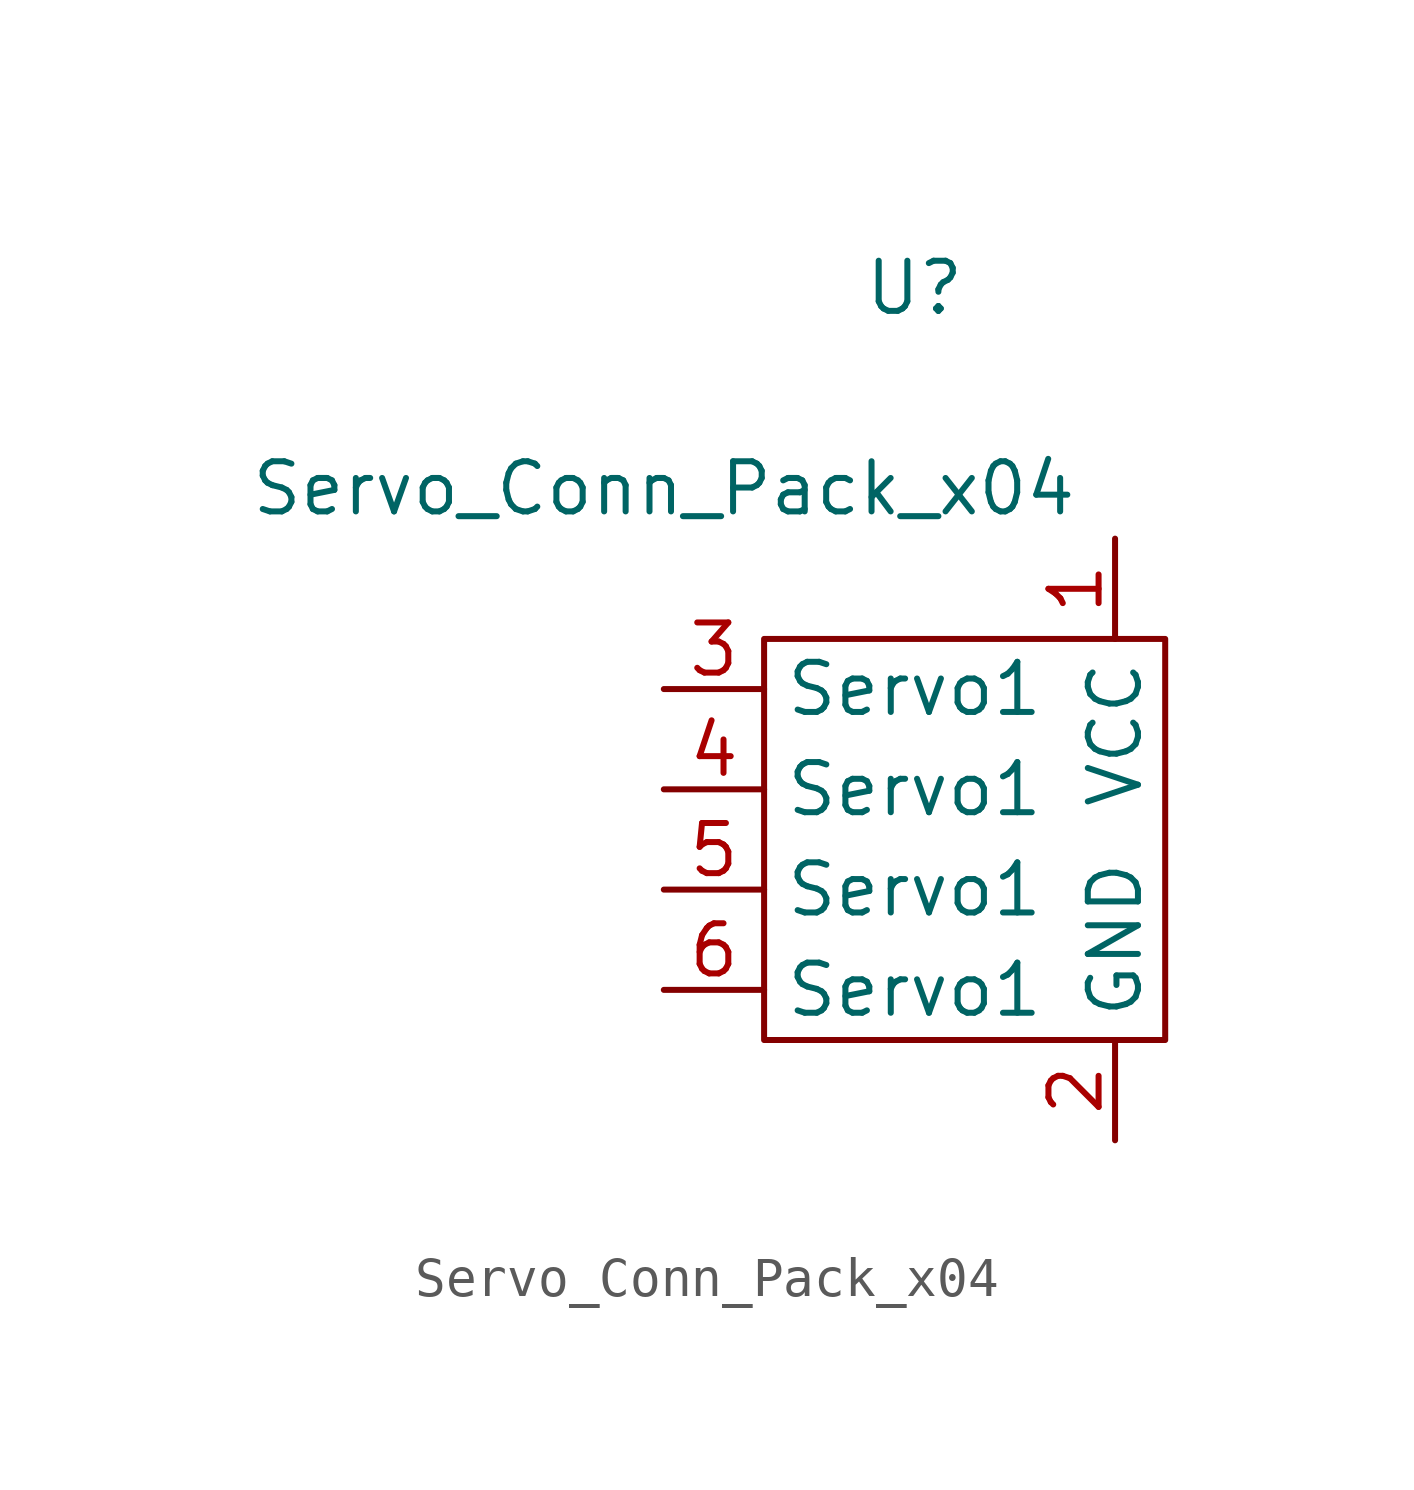
<source format=kicad_sym>
(kicad_symbol_lib
  (version 20220914)
  (generator kicad_symbol_editor)
  (symbol "Servo_Conn_Pack_x04"
    (property "Reference" "U"
      (at 0 13.97 0)
      (effects (font (size 1.27 1.27))))
    (property "Value" "Servo_Conn_Pack_x04"
      (at -6.35 8.89 0)
      (effects (font (size 1.27 1.27))))
    (symbol "Servo_Conn_Pack_x04_0_1"
      (rectangle (start -3.81 5.08) (end 6.35 -5.08) (stroke (width 0) (type default)) (fill (type none))))
    (symbol "Servo_Conn_Pack_x04_1_1"
      (pin power_in line (at 5.08 7.62 270) (length 2.54) (name "VCC" (effects (font (size 1.27 1.27)))) (number "1" (effects (font (size 1.27 1.27)))))
      (pin passive line (at 5.08 -7.62 90) (length 2.54) (name "GND" (effects (font (size 1.27 1.27)))) (number "2" (effects (font (size 1.27 1.27)))))
      (pin passive line (at -6.35 3.81 0) (length 2.54) (name "Servo1" (effects (font (size 1.27 1.27)))) (number "3" (effects (font (size 1.27 1.27)))))
      (pin passive line (at -6.35 1.27 0) (length 2.54) (name "Servo1" (effects (font (size 1.27 1.27)))) (number "4" (effects (font (size 1.27 1.27)))))
      (pin passive line (at -6.35 -1.27 0) (length 2.54) (name "Servo1" (effects (font (size 1.27 1.27)))) (number "5" (effects (font (size 1.27 1.27)))))
      (pin passive line (at -6.35 -3.81 0) (length 2.54) (name "Servo1" (effects (font (size 1.27 1.27)))) (number "6" (effects (font (size 1.27 1.27))))))))
</source>
